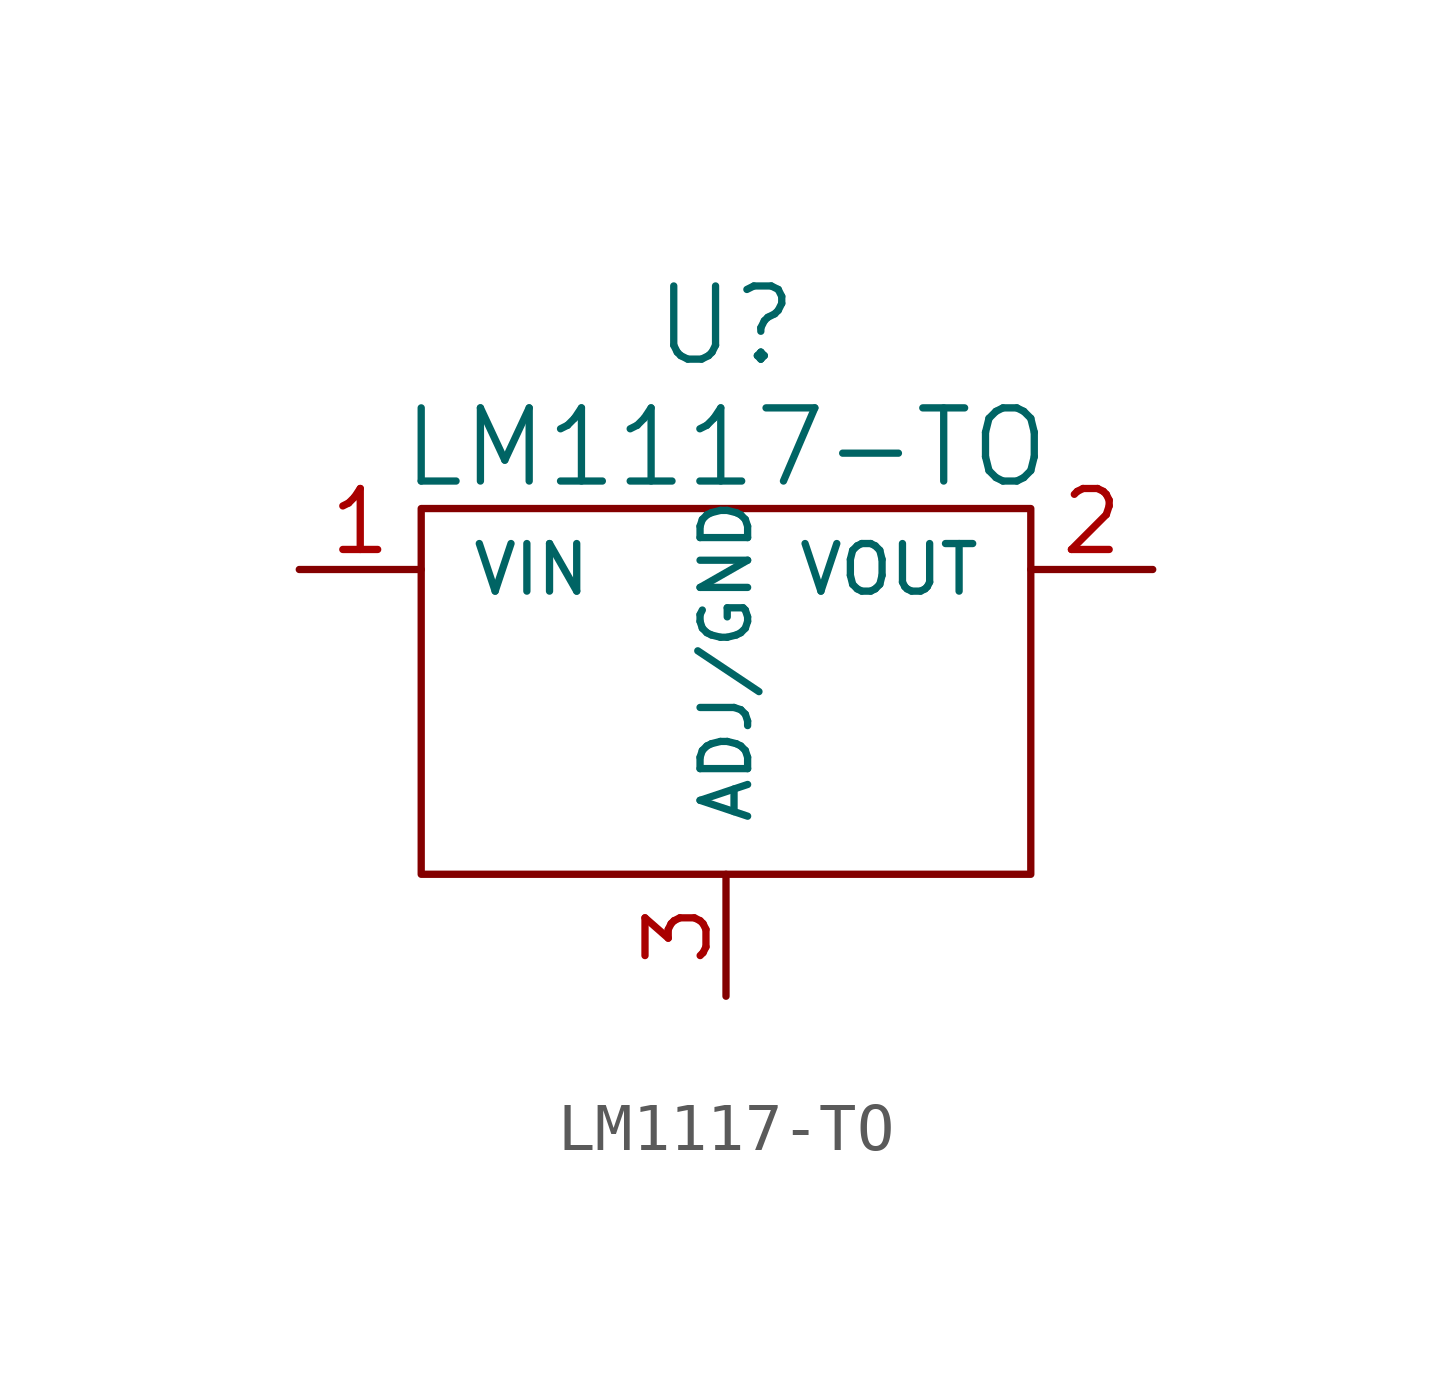
<source format=kicad_sym>
(kicad_symbol_lib
  (version 20220914)
  (generator kicad_symbol_editor)
  (symbol "LM1117-TO"
    (pin_names
      (offset 1.016))
    (property "Reference" "U"
      (at 0 5.08 0)
      (effects (font (size 1.524 1.524))))
    (property "Value" "LM1117-TO"
      (at 0 2.54 0)
      (effects (font (size 1.524 1.524))))
    (property "Footprint" ""
      (at 0 0 0)
      (effects (font (size 1.524 1.524))))
    (property "Datasheet" ""
      (at 0 0 0)
      (effects (font (size 1.524 1.524))))
    (symbol "LM1117-TO_0_1"
      (rectangle (start -6.35 1.27) (end 6.35 -6.35) (stroke (width 0) (type solid)) (fill (type none))))
    (symbol "LM1117-TO_1_1"
      (pin input line (at -8.89 0 0) (length 2.54) (name "VIN" (effects (font (size 0.991 0.991)))) (number "1" (effects (font (size 1.27 1.27)))))
      (pin input line (at 8.89 0 180) (length 2.54) (name "VOUT" (effects (font (size 0.991 0.991)))) (number "2" (effects (font (size 1.27 1.27)))))
      (pin input line (at 0 -8.89 90) (length 2.54) (name "ADJ/GND" (effects (font (size 0.991 0.991)))) (number "3" (effects (font (size 1.27 1.27))))))))
</source>
